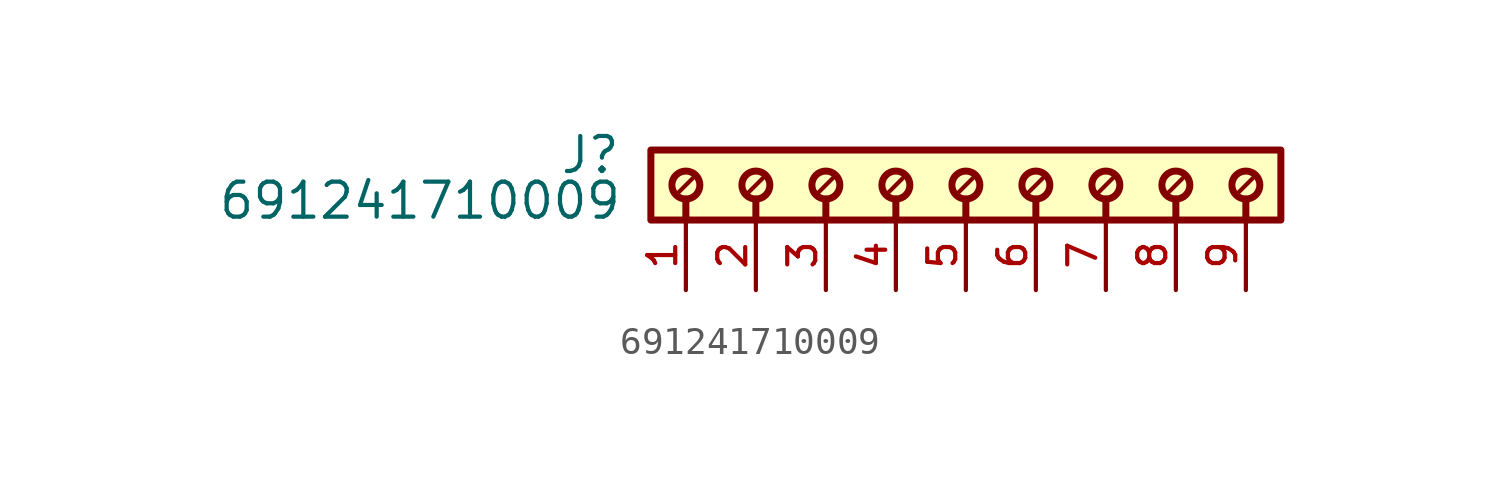
<source format=kicad_sym>
(kicad_symbol_lib
  (version 20211014)
  (generator kicad_symbol_editor)
  (symbol "691241710009"
    (pin_names
      (offset 1.016))
    (property "Reference" "J"
      (at -12.5 -0.922 0)
      (effects (font (size 1.27 1.27)) (justify bottom right)))
    (property "Value" "691241710009"
      (at -12.45 -2.58 0)
      (effects (font (size 1.27 1.27)) (justify bottom right)))
    (symbol "691241710009_0_0"
      (polyline (pts (xy -10.16 -1.778) (xy -10.16 -2.54)) (stroke (width 0.254)))
      (polyline (pts (xy -7.62 -1.778) (xy -7.62 -2.54)) (stroke (width 0.254)))
      (polyline (pts (xy -9.906 -1.016) (xy -10.414 -1.524)) (stroke (width 0.152)))
      (polyline (pts (xy -7.366 -1.016) (xy -7.874 -1.524)) (stroke (width 0.152)))
      (polyline (pts (xy -5.08 -1.778) (xy -5.08 -2.54)) (stroke (width 0.254)))
      (polyline (pts (xy -4.826 -1.016) (xy -5.334 -1.524)) (stroke (width 0.152)))
      (polyline (pts (xy -2.54 -1.778) (xy -2.54 -2.54)) (stroke (width 0.254)))
      (polyline (pts (xy -2.286 -1.016) (xy -2.794 -1.524)) (stroke (width 0.152)))
      (polyline (pts (xy 0.0 -1.778) (xy 0.0 -2.54)) (stroke (width 0.254)))
      (polyline (pts (xy 0.254 -1.016) (xy -0.254 -1.524)) (stroke (width 0.152)))
      (polyline (pts (xy 2.54 -1.778) (xy 2.54 -2.54)) (stroke (width 0.254)))
      (polyline (pts (xy 2.794 -1.016) (xy 2.286 -1.524)) (stroke (width 0.152)))
      (polyline (pts (xy 5.08 -1.778) (xy 5.08 -2.54)) (stroke (width 0.254)))
      (polyline (pts (xy 5.334 -1.016) (xy 4.826 -1.524)) (stroke (width 0.152)))
      (polyline (pts (xy 7.62 -1.778) (xy 7.62 -2.54)) (stroke (width 0.254)))
      (polyline (pts (xy 7.874 -1.016) (xy 7.366 -1.524)) (stroke (width 0.152)))
      (polyline (pts (xy 10.16 -1.778) (xy 10.16 -2.54)) (stroke (width 0.254)))
      (polyline (pts (xy 10.414 -1.016) (xy 9.906 -1.524)) (stroke (width 0.152)))
      (circle (center -10.16 -1.27) (radius 0.508) (stroke (width 0.254)) (fill (type none)))
      (circle (center -7.62 -1.27) (radius 0.508) (stroke (width 0.254)) (fill (type none)))
      (circle (center -5.08 -1.27) (radius 0.508) (stroke (width 0.254)) (fill (type none)))
      (circle (center -2.54 -1.27) (radius 0.508) (stroke (width 0.254)) (fill (type none)))
      (circle (center 0.0 -1.27) (radius 0.508) (stroke (width 0.254)) (fill (type none)))
      (circle (center 2.54 -1.27) (radius 0.508) (stroke (width 0.254)) (fill (type none)))
      (circle (center 5.08 -1.27) (radius 0.508) (stroke (width 0.254)) (fill (type none)))
      (circle (center 7.62 -1.27) (radius 0.508) (stroke (width 0.254)) (fill (type none)))
      (circle (center 10.16 -1.27) (radius 0.508) (stroke (width 0.254)) (fill (type none)))
      (rectangle (start -11.43 -2.54) (end 11.43 -2.22044604925e-16) (stroke (width 0.254)) (fill (type background)))
      (pin passive line (at -10.16 -5.08 90.0) (length 2.54) (name "~" (effects (font (size 1.016 1.016)))) (number "1" (effects (font (size 1.016 1.016)))))
      (pin passive line (at -7.62 -5.08 90.0) (length 2.54) (name "~" (effects (font (size 1.016 1.016)))) (number "2" (effects (font (size 1.016 1.016)))))
      (pin passive line (at -5.08 -5.08 90.0) (length 2.54) (name "~" (effects (font (size 1.016 1.016)))) (number "3" (effects (font (size 1.016 1.016)))))
      (pin passive line (at -2.54 -5.08 90.0) (length 2.54) (name "~" (effects (font (size 1.016 1.016)))) (number "4" (effects (font (size 1.016 1.016)))))
      (pin passive line (at 0.0 -5.08 90.0) (length 2.54) (name "~" (effects (font (size 1.016 1.016)))) (number "5" (effects (font (size 1.016 1.016)))))
      (pin passive line (at 2.54 -5.08 90.0) (length 2.54) (name "~" (effects (font (size 1.016 1.016)))) (number "6" (effects (font (size 1.016 1.016)))))
      (pin passive line (at 5.08 -5.08 90.0) (length 2.54) (name "~" (effects (font (size 1.016 1.016)))) (number "7" (effects (font (size 1.016 1.016)))))
      (pin passive line (at 7.62 -5.08 90.0) (length 2.54) (name "~" (effects (font (size 1.016 1.016)))) (number "8" (effects (font (size 1.016 1.016)))))
      (pin passive line (at 10.16 -5.08 90.0) (length 2.54) (name "~" (effects (font (size 1.016 1.016)))) (number "9" (effects (font (size 1.016 1.016))))))))
</source>
